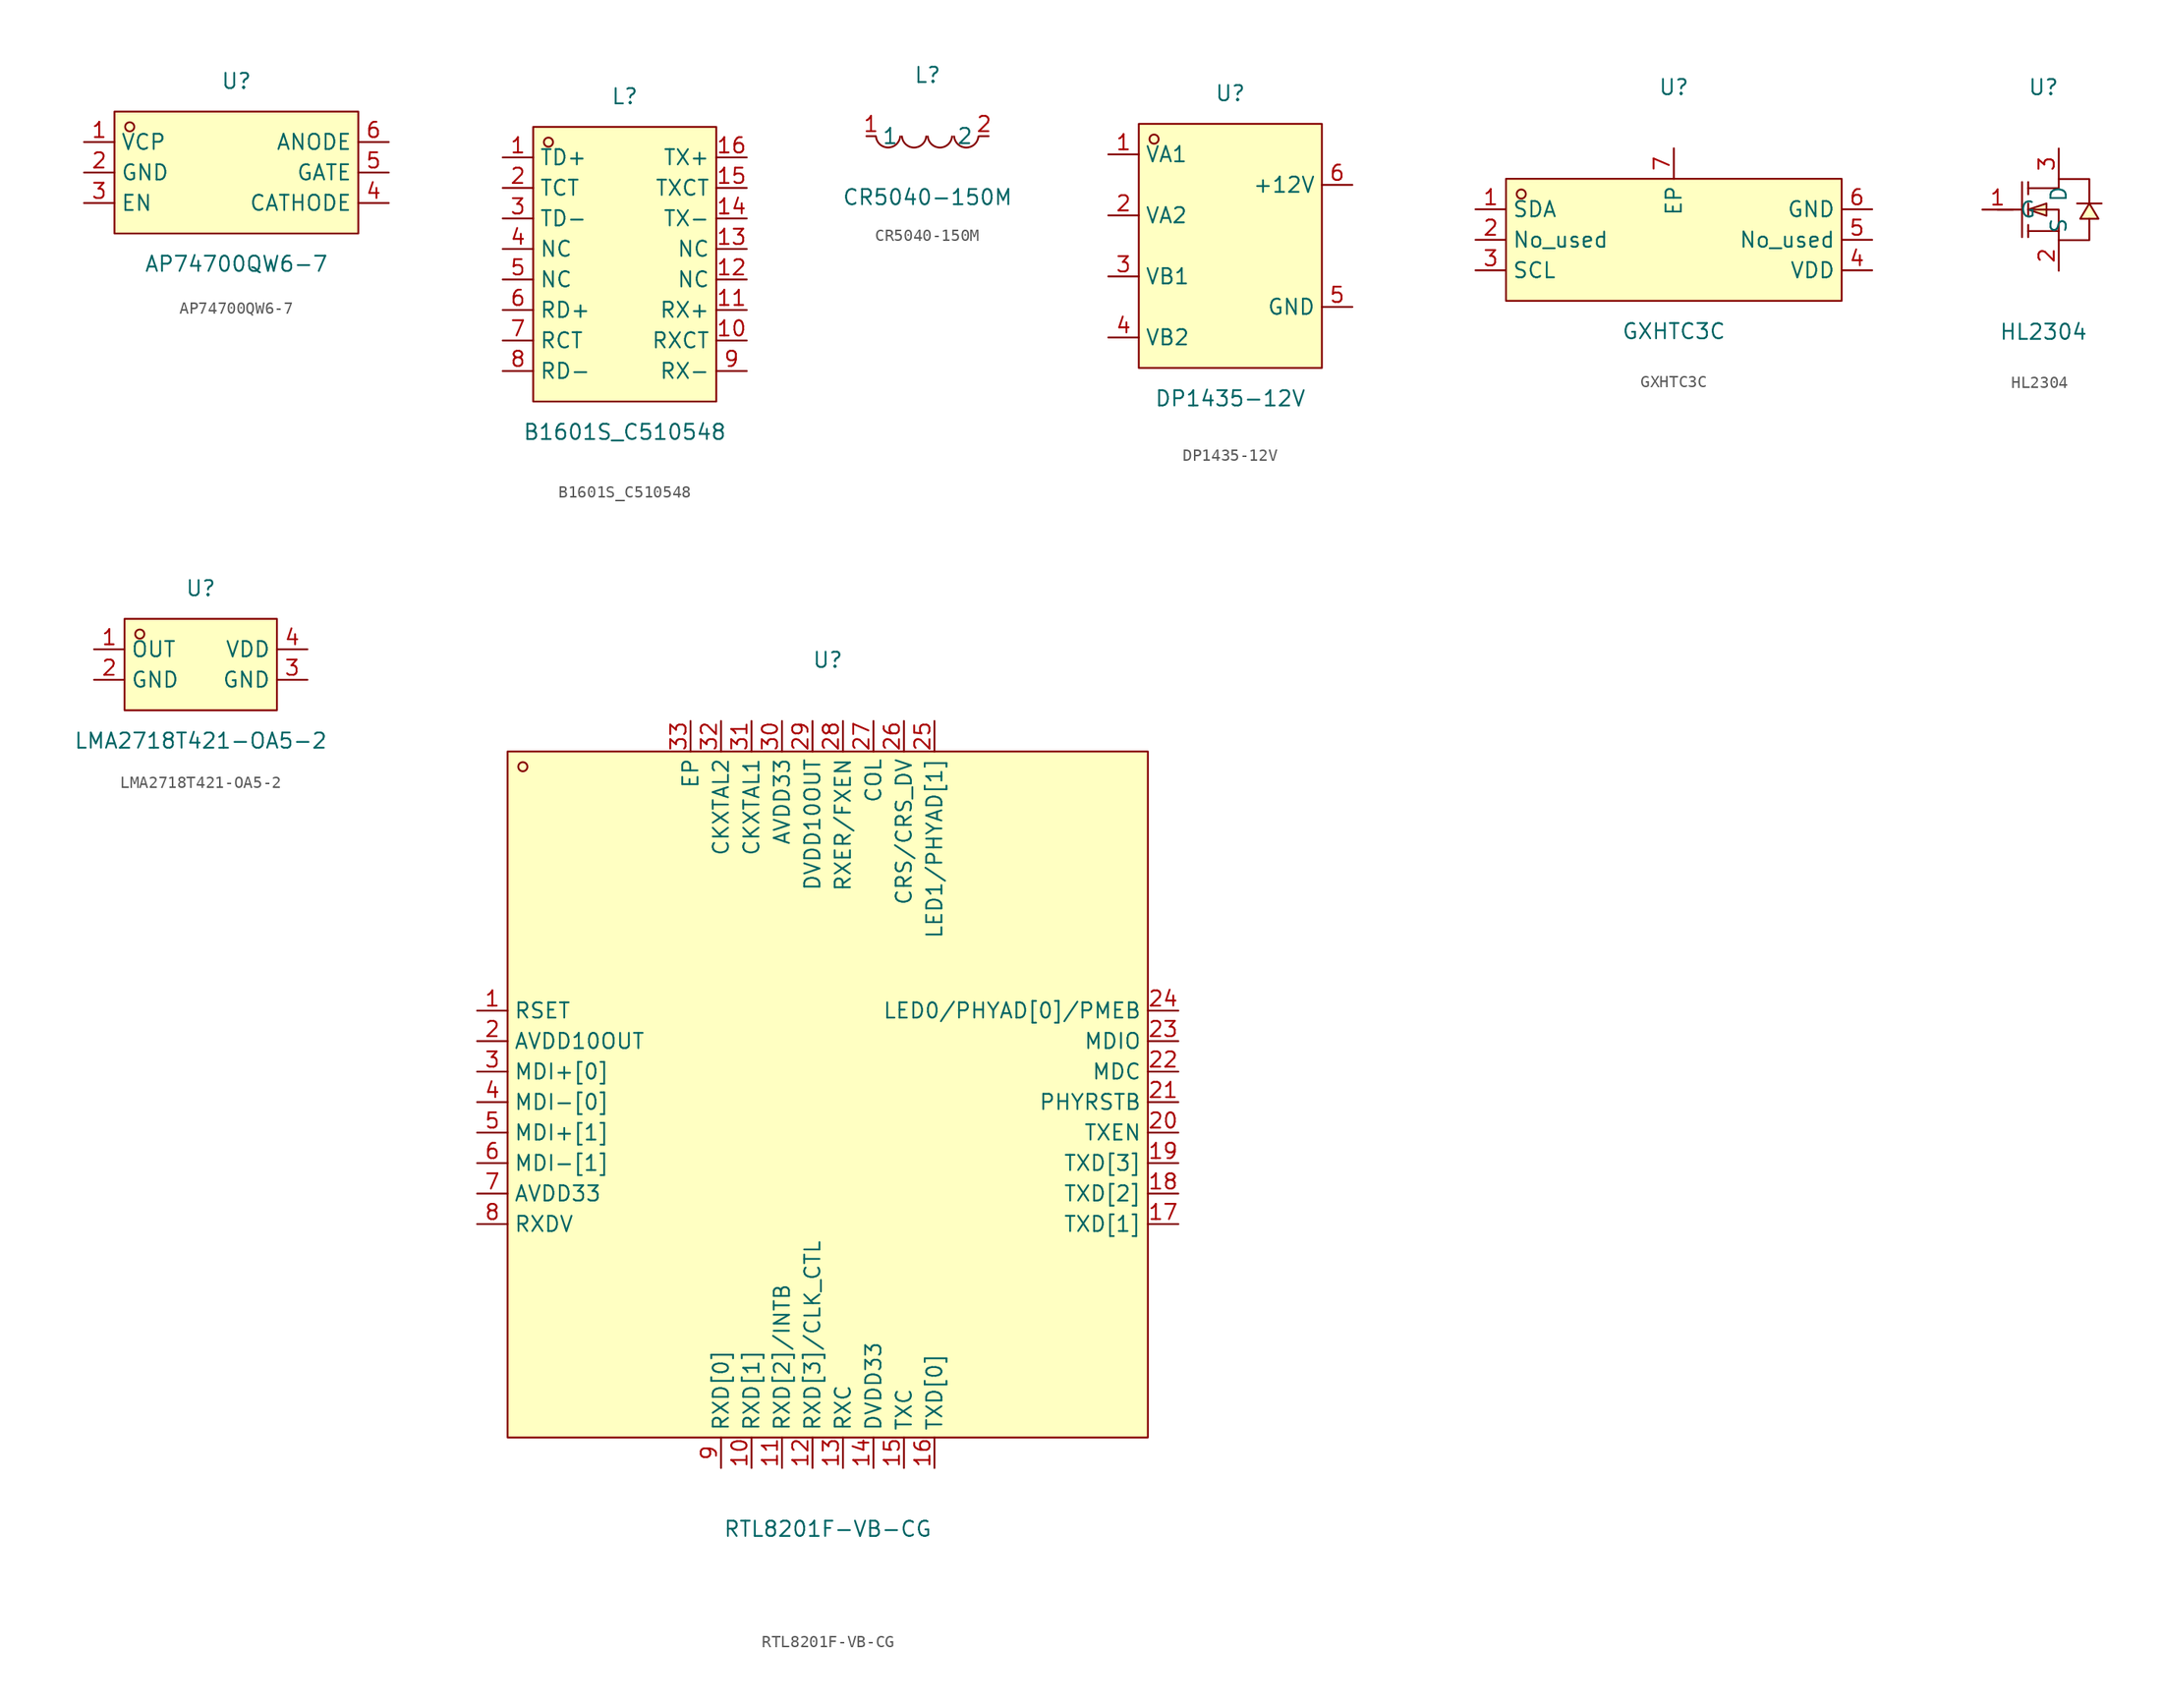
<source format=kicad_sym>
(kicad_symbol_lib
  (version 20211014)
  (generator https://github.com/uPesy/easyeda2kicad.py)
  (symbol "AP74700QW6-7"
    (property "Reference" "U"
      (at 0 7.62 0)
      (effects (font (size 1.27 1.27))))
    (property "Value" "AP74700QW6-7"
      (at 0 -7.62 0)
      (effects (font (size 1.27 1.27))))
    (symbol "AP74700QW6-7_0_1"
      (rectangle (start -10.16 5.08) (end 10.16 -5.08) (stroke (width 0) (type default) (color 0 0 0 0)) (fill (type background)))
      (circle (center -8.89 3.81) (radius 0.38) (stroke (width 0) (type default) (color 0 0 0 0)) (fill (type none)))
      (pin unspecified line (at -12.70 2.54 0) (length 2.54) (name "VCP" (effects (font (size 1.27 1.27)))) (number "1" (effects (font (size 1.27 1.27)))))
      (pin unspecified line (at -12.70 -0.00 0) (length 2.54) (name "GND" (effects (font (size 1.27 1.27)))) (number "2" (effects (font (size 1.27 1.27)))))
      (pin unspecified line (at -12.70 -2.54 0) (length 2.54) (name "EN" (effects (font (size 1.27 1.27)))) (number "3" (effects (font (size 1.27 1.27)))))
      (pin unspecified line (at 12.70 -2.54 180) (length 2.54) (name "CATHODE" (effects (font (size 1.27 1.27)))) (number "4" (effects (font (size 1.27 1.27)))))
      (pin unspecified line (at 12.70 -0.00 180) (length 2.54) (name "GATE" (effects (font (size 1.27 1.27)))) (number "5" (effects (font (size 1.27 1.27)))))
      (pin unspecified line (at 12.70 2.54 180) (length 2.54) (name "ANODE" (effects (font (size 1.27 1.27)))) (number "6" (effects (font (size 1.27 1.27)))))))
  (symbol "B1601S_C510548"
    (property "Reference" "L"
      (at 0 13.97 0)
      (effects (font (size 1.27 1.27))))
    (property "Value" "B1601S_C510548"
      (at 0 -13.97 0)
      (effects (font (size 1.27 1.27))))
    (symbol "B1601S_C510548_0_1"
      (rectangle (start -7.62 11.43) (end 7.62 -11.43) (stroke (width 0) (type default) (color 0 0 0 0)) (fill (type background)))
      (circle (center -6.35 10.16) (radius 0.38) (stroke (width 0) (type default) (color 0 0 0 0)) (fill (type none)))
      (pin unspecified line (at -10.16 8.89 0) (length 2.54) (name "TD+" (effects (font (size 1.27 1.27)))) (number "1" (effects (font (size 1.27 1.27)))))
      (pin unspecified line (at -10.16 6.35 0) (length 2.54) (name "TCT" (effects (font (size 1.27 1.27)))) (number "2" (effects (font (size 1.27 1.27)))))
      (pin unspecified line (at -10.16 3.81 0) (length 2.54) (name "TD-" (effects (font (size 1.27 1.27)))) (number "3" (effects (font (size 1.27 1.27)))))
      (pin unspecified line (at -10.16 1.27 0) (length 2.54) (name "NC" (effects (font (size 1.27 1.27)))) (number "4" (effects (font (size 1.27 1.27)))))
      (pin unspecified line (at -10.16 -1.27 0) (length 2.54) (name "NC" (effects (font (size 1.27 1.27)))) (number "5" (effects (font (size 1.27 1.27)))))
      (pin unspecified line (at -10.16 -3.81 0) (length 2.54) (name "RD+" (effects (font (size 1.27 1.27)))) (number "6" (effects (font (size 1.27 1.27)))))
      (pin unspecified line (at -10.16 -6.35 0) (length 2.54) (name "RCT" (effects (font (size 1.27 1.27)))) (number "7" (effects (font (size 1.27 1.27)))))
      (pin unspecified line (at -10.16 -8.89 0) (length 2.54) (name "RD-" (effects (font (size 1.27 1.27)))) (number "8" (effects (font (size 1.27 1.27)))))
      (pin unspecified line (at 10.16 -8.89 180) (length 2.54) (name "RX-" (effects (font (size 1.27 1.27)))) (number "9" (effects (font (size 1.27 1.27)))))
      (pin unspecified line (at 10.16 -6.35 180) (length 2.54) (name "RXCT" (effects (font (size 1.27 1.27)))) (number "10" (effects (font (size 1.27 1.27)))))
      (pin unspecified line (at 10.16 -3.81 180) (length 2.54) (name "RX+" (effects (font (size 1.27 1.27)))) (number "11" (effects (font (size 1.27 1.27)))))
      (pin unspecified line (at 10.16 -1.27 180) (length 2.54) (name "NC" (effects (font (size 1.27 1.27)))) (number "12" (effects (font (size 1.27 1.27)))))
      (pin unspecified line (at 10.16 1.27 180) (length 2.54) (name "NC" (effects (font (size 1.27 1.27)))) (number "13" (effects (font (size 1.27 1.27)))))
      (pin unspecified line (at 10.16 3.81 180) (length 2.54) (name "TX-" (effects (font (size 1.27 1.27)))) (number "14" (effects (font (size 1.27 1.27)))))
      (pin unspecified line (at 10.16 6.35 180) (length 2.54) (name "TXCT" (effects (font (size 1.27 1.27)))) (number "15" (effects (font (size 1.27 1.27)))))
      (pin unspecified line (at 10.16 8.89 180) (length 2.54) (name "TX+" (effects (font (size 1.27 1.27)))) (number "16" (effects (font (size 1.27 1.27)))))))
  (symbol "CR5040-150M"
    (property "Reference" "L"
      (at 0 5.08 0)
      (effects (font (size 1.27 1.27))))
    (property "Value" "CR5040-150M"
      (at 0 -5.08 0)
      (effects (font (size 1.27 1.27))))
    (symbol "CR5040-150M_0_1"
      (arc (start 2.21 -0.02) (mid 3.68 -1.01) (end 4.23 -0.02) (stroke (width 0) (type default) (color 0 0 0 0)) (fill (type none)))
      (arc (start 0.02 -0.02) (mid 1.49 -1.01) (end 2.04 -0.02) (stroke (width 0) (type default) (color 0 0 0 0)) (fill (type none)))
      (arc (start -2.13 -0.02) (mid -0.66 -1.01) (end -0.11 -0.02) (stroke (width 0) (type default) (color 0 0 0 0)) (fill (type none)))
      (arc (start -4.29 -0.02) (mid -2.81 -1.01) (end -2.27 -0.02) (stroke (width 0) (type default) (color 0 0 0 0)) (fill (type none)))
      (pin unspecified line (at -5.08 -0.00 0) (length 0.762) (name "1" (effects (font (size 1.27 1.27)))) (number "1" (effects (font (size 1.27 1.27)))))
      (pin unspecified line (at 5.08 -0.00 180) (length 0.762) (name "2" (effects (font (size 1.27 1.27)))) (number "2" (effects (font (size 1.27 1.27)))))))
  (symbol "DP1435-12V"
    (property "Reference" "U"
      (at 0 7.62 0)
      (effects (font (size 1.27 1.27))))
    (property "Value" "DP1435-12V"
      (at 0 -17.78 0)
      (effects (font (size 1.27 1.27))))
    (symbol "DP1435-12V_0_1"
      (rectangle (start -7.62 5.08) (end 7.62 -15.24) (stroke (width 0) (type default) (color 0 0 0 0)) (fill (type background)))
      (circle (center -6.35 3.81) (radius 0.38) (stroke (width 0) (type default) (color 0 0 0 0)) (fill (type none)))
      (pin unspecified line (at -10.16 2.54 0) (length 2.54) (name "VA1" (effects (font (size 1.27 1.27)))) (number "1" (effects (font (size 1.27 1.27)))))
      (pin unspecified line (at -10.16 -2.54 0) (length 2.54) (name "VA2" (effects (font (size 1.27 1.27)))) (number "2" (effects (font (size 1.27 1.27)))))
      (pin unspecified line (at -10.16 -7.62 0) (length 2.54) (name "VB1" (effects (font (size 1.27 1.27)))) (number "3" (effects (font (size 1.27 1.27)))))
      (pin unspecified line (at -10.16 -12.70 0) (length 2.54) (name "VB2" (effects (font (size 1.27 1.27)))) (number "4" (effects (font (size 1.27 1.27)))))
      (pin unspecified line (at 10.16 -10.16 180) (length 2.54) (name "GND" (effects (font (size 1.27 1.27)))) (number "5" (effects (font (size 1.27 1.27)))))
      (pin unspecified line (at 10.16 -0.00 180) (length 2.54) (name "+12V" (effects (font (size 1.27 1.27)))) (number "6" (effects (font (size 1.27 1.27)))))))
  (symbol "GXHTC3C"
    (property "Reference" "U"
      (at 0 11.43 0)
      (effects (font (size 1.27 1.27))))
    (property "Value" "GXHTC3C"
      (at 0 -8.89 0)
      (effects (font (size 1.27 1.27))))
    (symbol "GXHTC3C_0_1"
      (rectangle (start -13.97 3.81) (end 13.97 -6.35) (stroke (width 0) (type default) (color 0 0 0 0)) (fill (type background)))
      (circle (center -12.70 2.54) (radius 0.38) (stroke (width 0) (type default) (color 0 0 0 0)) (fill (type none)))
      (pin unspecified line (at -16.51 1.27 0) (length 2.54) (name "SDA" (effects (font (size 1.27 1.27)))) (number "1" (effects (font (size 1.27 1.27)))))
      (pin unspecified line (at -16.51 -1.27 0) (length 2.54) (name "No_used" (effects (font (size 1.27 1.27)))) (number "2" (effects (font (size 1.27 1.27)))))
      (pin unspecified line (at -16.51 -3.81 0) (length 2.54) (name "SCL" (effects (font (size 1.27 1.27)))) (number "3" (effects (font (size 1.27 1.27)))))
      (pin unspecified line (at 16.51 -3.81 180) (length 2.54) (name "VDD" (effects (font (size 1.27 1.27)))) (number "4" (effects (font (size 1.27 1.27)))))
      (pin unspecified line (at 16.51 -1.27 180) (length 2.54) (name "No_used" (effects (font (size 1.27 1.27)))) (number "5" (effects (font (size 1.27 1.27)))))
      (pin unspecified line (at 16.51 1.27 180) (length 2.54) (name "GND" (effects (font (size 1.27 1.27)))) (number "6" (effects (font (size 1.27 1.27)))))
      (pin unspecified line (at 0.00 6.35 270) (length 2.54) (name "EP" (effects (font (size 1.27 1.27)))) (number "7" (effects (font (size 1.27 1.27)))))))
  (symbol "HL2304"
    (property "Reference" "U"
      (at 0 10.16 0)
      (effects (font (size 1.27 1.27))))
    (property "Value" "HL2304"
      (at 0 -10.16 0)
      (effects (font (size 1.27 1.27))))
    (symbol "HL2304_0_1"
      (polyline (pts (xy -1.27 1.78) (xy 1.27 1.78) (xy 1.27 2.54) (xy 3.81 2.54) (xy 3.81 0.51)) (stroke (width 0) (type default) (color 0 0 0 0)) (fill (type none)))
      (polyline (pts (xy -1.27 -0.00) (xy 1.27 -0.00) (xy 1.27 -2.54) (xy 3.81 -2.54) (xy 3.81 -0.76)) (stroke (width 0) (type default) (color 0 0 0 0)) (fill (type none)))
      (polyline (pts (xy 1.27 -1.78) (xy -1.27 -1.78)) (stroke (width 0) (type default) (color 0 0 0 0)) (fill (type none)))
      (polyline (pts (xy -1.78 2.29) (xy -1.78 -2.29)) (stroke (width 0) (type default) (color 0 0 0 0)) (fill (type none)))
      (polyline (pts (xy -1.27 2.29) (xy -1.27 1.27)) (stroke (width 0) (type default) (color 0 0 0 0)) (fill (type none)))
      (polyline (pts (xy -1.27 -0.51) (xy -1.27 0.51)) (stroke (width 0) (type default) (color 0 0 0 0)) (fill (type none)))
      (polyline (pts (xy -1.27 -2.29) (xy -1.27 -1.27)) (stroke (width 0) (type default) (color 0 0 0 0)) (fill (type none)))
      (polyline (pts (xy -3.81 -0.00) (xy -1.78 -0.00)) (stroke (width 0) (type default) (color 0 0 0 0)) (fill (type none)))
      (polyline (pts (xy 4.83 0.51) (xy 4.32 0.51) (xy 3.30 0.51) (xy 2.79 0.51)) (stroke (width 0) (type default) (color 0 0 0 0)) (fill (type none)))
      (polyline (pts (xy -1.27 -0.00) (xy 0.25 -0.51) (xy 0.25 0.51) (xy -1.27 -0.00)) (stroke (width 0) (type default) (color 0 0 0 0)) (fill (type background)))
      (polyline (pts (xy 3.81 0.51) (xy 3.05 -0.76) (xy 4.57 -0.76) (xy 3.81 0.51)) (stroke (width 0) (type default) (color 0 0 0 0)) (fill (type background)))
      (pin unspecified line (at 1.27 5.08 270) (length 2.54) (name "D" (effects (font (size 1.27 1.27)))) (number "3" (effects (font (size 1.27 1.27)))))
      (pin unspecified line (at -5.08 -0.00 0) (length 2.54) (name "G" (effects (font (size 1.27 1.27)))) (number "1" (effects (font (size 1.27 1.27)))))
      (pin unspecified line (at 1.27 -5.08 90) (length 2.54) (name "S" (effects (font (size 1.27 1.27)))) (number "2" (effects (font (size 1.27 1.27)))))))
  (symbol "LMA2718T421-OA5-2"
    (property "Reference" "U"
      (at 0 6.35 0)
      (effects (font (size 1.27 1.27))))
    (property "Value" "LMA2718T421-OA5-2"
      (at 0 -6.35 0)
      (effects (font (size 1.27 1.27))))
    (symbol "LMA2718T421-OA5-2_0_1"
      (rectangle (start -6.35 3.81) (end 6.35 -3.81) (stroke (width 0) (type default) (color 0 0 0 0)) (fill (type background)))
      (circle (center -5.08 2.54) (radius 0.38) (stroke (width 0) (type default) (color 0 0 0 0)) (fill (type none)))
      (pin unspecified line (at -8.89 1.27 0) (length 2.54) (name "OUT" (effects (font (size 1.27 1.27)))) (number "1" (effects (font (size 1.27 1.27)))))
      (pin unspecified line (at -8.89 -1.27 0) (length 2.54) (name "GND" (effects (font (size 1.27 1.27)))) (number "2" (effects (font (size 1.27 1.27)))))
      (pin unspecified line (at 8.89 -1.27 180) (length 2.54) (name "GND" (effects (font (size 1.27 1.27)))) (number "3" (effects (font (size 1.27 1.27)))))
      (pin unspecified line (at 8.89 1.27 180) (length 2.54) (name "VDD" (effects (font (size 1.27 1.27)))) (number "4" (effects (font (size 1.27 1.27)))))))
  (symbol "RTL8201F-VB-CG"
    (property "Reference" "U"
      (at 0 36.83 0)
      (effects (font (size 1.27 1.27))))
    (property "Value" "RTL8201F-VB-CG"
      (at 0 -35.56 0)
      (effects (font (size 1.27 1.27))))
    (symbol "RTL8201F-VB-CG_0_1"
      (rectangle (start -26.67 29.21) (end 26.67 -27.94) (stroke (width 0) (type default) (color 0 0 0 0)) (fill (type background)))
      (circle (center -25.40 27.94) (radius 0.38) (stroke (width 0) (type default) (color 0 0 0 0)) (fill (type none)))
      (pin unspecified line (at -29.21 7.62 0) (length 2.54) (name "RSET" (effects (font (size 1.27 1.27)))) (number "1" (effects (font (size 1.27 1.27)))))
      (pin unspecified line (at -29.21 5.08 0) (length 2.54) (name "AVDD10OUT" (effects (font (size 1.27 1.27)))) (number "2" (effects (font (size 1.27 1.27)))))
      (pin unspecified line (at -29.21 2.54 0) (length 2.54) (name "MDI+[0]" (effects (font (size 1.27 1.27)))) (number "3" (effects (font (size 1.27 1.27)))))
      (pin unspecified line (at -29.21 -0.00 0) (length 2.54) (name "MDI-[0]" (effects (font (size 1.27 1.27)))) (number "4" (effects (font (size 1.27 1.27)))))
      (pin unspecified line (at -29.21 -2.54 0) (length 2.54) (name "MDI+[1]" (effects (font (size 1.27 1.27)))) (number "5" (effects (font (size 1.27 1.27)))))
      (pin unspecified line (at -29.21 -5.08 0) (length 2.54) (name "MDI-[1]" (effects (font (size 1.27 1.27)))) (number "6" (effects (font (size 1.27 1.27)))))
      (pin unspecified line (at -29.21 -7.62 0) (length 2.54) (name "AVDD33" (effects (font (size 1.27 1.27)))) (number "7" (effects (font (size 1.27 1.27)))))
      (pin unspecified line (at -29.21 -10.16 0) (length 2.54) (name "RXDV" (effects (font (size 1.27 1.27)))) (number "8" (effects (font (size 1.27 1.27)))))
      (pin unspecified line (at -8.89 -30.48 90) (length 2.54) (name "RXD[0]" (effects (font (size 1.27 1.27)))) (number "9" (effects (font (size 1.27 1.27)))))
      (pin unspecified line (at -6.35 -30.48 90) (length 2.54) (name "RXD[1]" (effects (font (size 1.27 1.27)))) (number "10" (effects (font (size 1.27 1.27)))))
      (pin unspecified line (at -3.81 -30.48 90) (length 2.54) (name "RXD[2]/INTB" (effects (font (size 1.27 1.27)))) (number "11" (effects (font (size 1.27 1.27)))))
      (pin unspecified line (at -1.27 -30.48 90) (length 2.54) (name "RXD[3]/CLK_CTL" (effects (font (size 1.27 1.27)))) (number "12" (effects (font (size 1.27 1.27)))))
      (pin unspecified line (at 1.27 -30.48 90) (length 2.54) (name "RXC" (effects (font (size 1.27 1.27)))) (number "13" (effects (font (size 1.27 1.27)))))
      (pin unspecified line (at 3.81 -30.48 90) (length 2.54) (name "DVDD33" (effects (font (size 1.27 1.27)))) (number "14" (effects (font (size 1.27 1.27)))))
      (pin unspecified line (at 6.35 -30.48 90) (length 2.54) (name "TXC" (effects (font (size 1.27 1.27)))) (number "15" (effects (font (size 1.27 1.27)))))
      (pin unspecified line (at 8.89 -30.48 90) (length 2.54) (name "TXD[0]" (effects (font (size 1.27 1.27)))) (number "16" (effects (font (size 1.27 1.27)))))
      (pin unspecified line (at 29.21 -10.16 180) (length 2.54) (name "TXD[1]" (effects (font (size 1.27 1.27)))) (number "17" (effects (font (size 1.27 1.27)))))
      (pin unspecified line (at 29.21 -7.62 180) (length 2.54) (name "TXD[2]" (effects (font (size 1.27 1.27)))) (number "18" (effects (font (size 1.27 1.27)))))
      (pin unspecified line (at 29.21 -5.08 180) (length 2.54) (name "TXD[3]" (effects (font (size 1.27 1.27)))) (number "19" (effects (font (size 1.27 1.27)))))
      (pin unspecified line (at 29.21 -2.54 180) (length 2.54) (name "TXEN" (effects (font (size 1.27 1.27)))) (number "20" (effects (font (size 1.27 1.27)))))
      (pin unspecified line (at 29.21 -0.00 180) (length 2.54) (name "PHYRSTB" (effects (font (size 1.27 1.27)))) (number "21" (effects (font (size 1.27 1.27)))))
      (pin unspecified line (at 29.21 2.54 180) (length 2.54) (name "MDC" (effects (font (size 1.27 1.27)))) (number "22" (effects (font (size 1.27 1.27)))))
      (pin unspecified line (at 29.21 5.08 180) (length 2.54) (name "MDIO" (effects (font (size 1.27 1.27)))) (number "23" (effects (font (size 1.27 1.27)))))
      (pin unspecified line (at 29.21 7.62 180) (length 2.54) (name "LED0/PHYAD[0]/PMEB" (effects (font (size 1.27 1.27)))) (number "24" (effects (font (size 1.27 1.27)))))
      (pin unspecified line (at 8.89 31.75 270) (length 2.54) (name "LED1/PHYAD[1]" (effects (font (size 1.27 1.27)))) (number "25" (effects (font (size 1.27 1.27)))))
      (pin unspecified line (at 6.35 31.75 270) (length 2.54) (name "CRS/CRS_DV" (effects (font (size 1.27 1.27)))) (number "26" (effects (font (size 1.27 1.27)))))
      (pin unspecified line (at 3.81 31.75 270) (length 2.54) (name "COL" (effects (font (size 1.27 1.27)))) (number "27" (effects (font (size 1.27 1.27)))))
      (pin unspecified line (at 1.27 31.75 270) (length 2.54) (name "RXER/FXEN" (effects (font (size 1.27 1.27)))) (number "28" (effects (font (size 1.27 1.27)))))
      (pin unspecified line (at -1.27 31.75 270) (length 2.54) (name "DVDD10OUT" (effects (font (size 1.27 1.27)))) (number "29" (effects (font (size 1.27 1.27)))))
      (pin unspecified line (at -3.81 31.75 270) (length 2.54) (name "AVDD33" (effects (font (size 1.27 1.27)))) (number "30" (effects (font (size 1.27 1.27)))))
      (pin unspecified line (at -6.35 31.75 270) (length 2.54) (name "CKXTAL1" (effects (font (size 1.27 1.27)))) (number "31" (effects (font (size 1.27 1.27)))))
      (pin unspecified line (at -8.89 31.75 270) (length 2.54) (name "CKXTAL2" (effects (font (size 1.27 1.27)))) (number "32" (effects (font (size 1.27 1.27)))))
      (pin unspecified line (at -11.43 31.75 270) (length 2.54) (name "EP" (effects (font (size 1.27 1.27)))) (number "33" (effects (font (size 1.27 1.27))))))))
</source>
